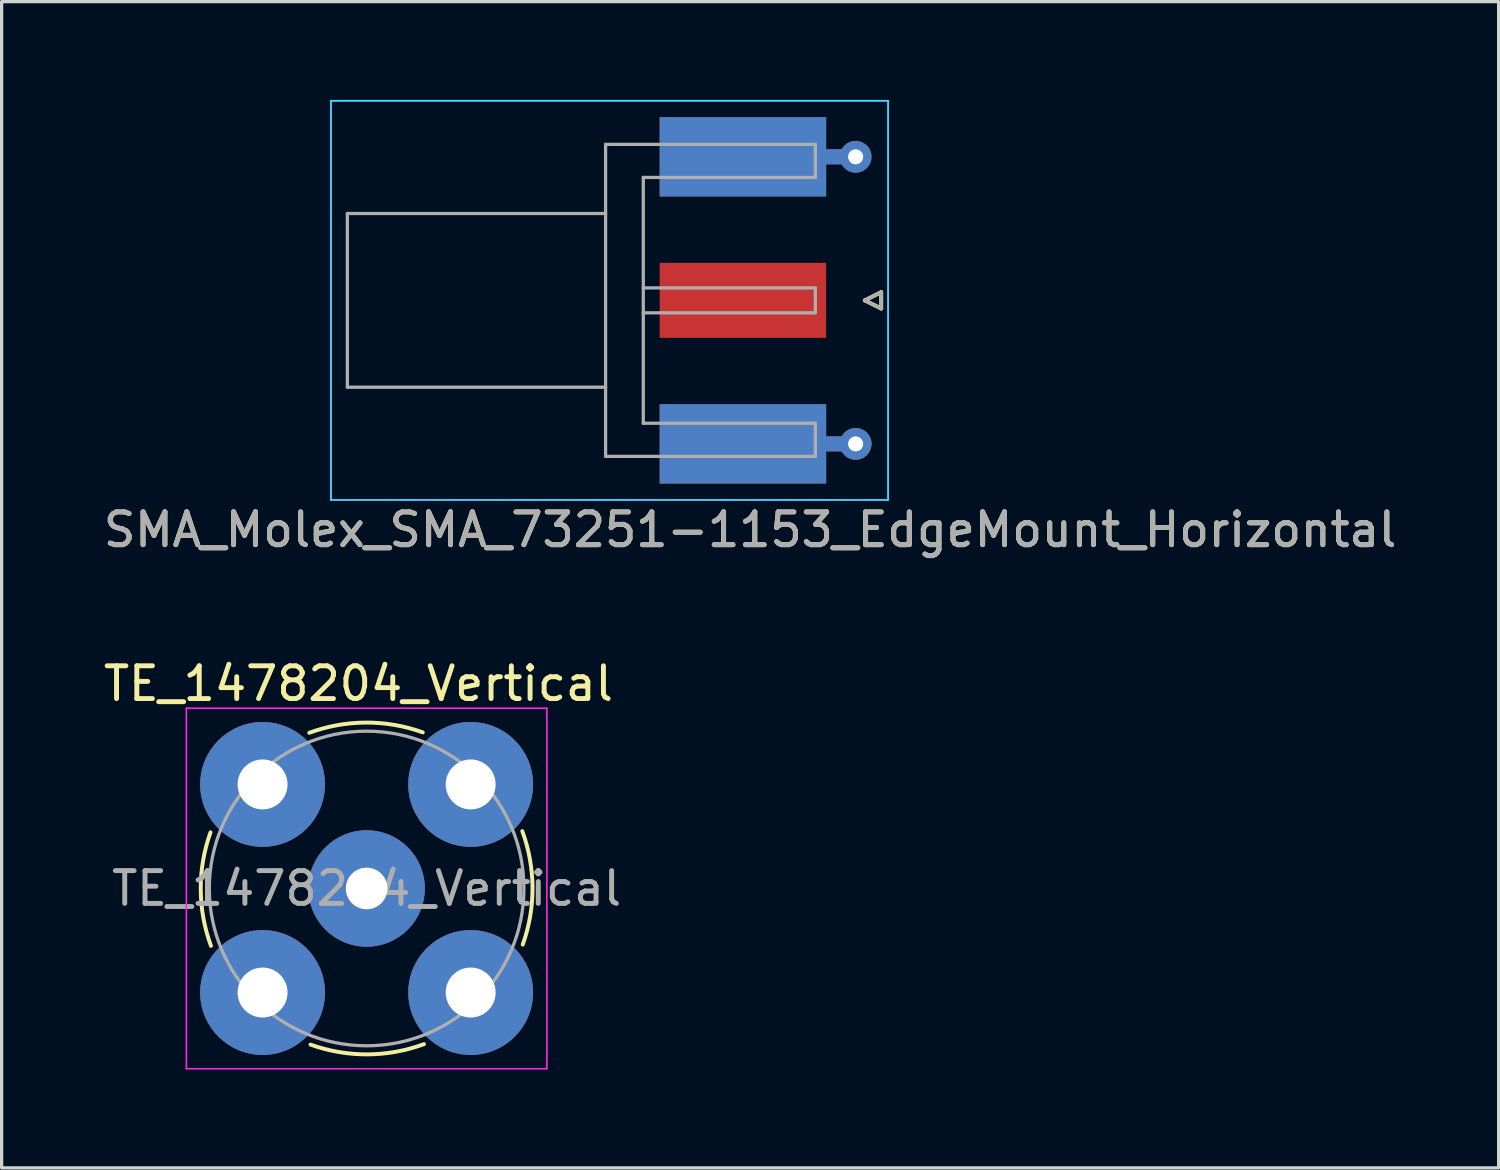
<source format=kicad_pcb>
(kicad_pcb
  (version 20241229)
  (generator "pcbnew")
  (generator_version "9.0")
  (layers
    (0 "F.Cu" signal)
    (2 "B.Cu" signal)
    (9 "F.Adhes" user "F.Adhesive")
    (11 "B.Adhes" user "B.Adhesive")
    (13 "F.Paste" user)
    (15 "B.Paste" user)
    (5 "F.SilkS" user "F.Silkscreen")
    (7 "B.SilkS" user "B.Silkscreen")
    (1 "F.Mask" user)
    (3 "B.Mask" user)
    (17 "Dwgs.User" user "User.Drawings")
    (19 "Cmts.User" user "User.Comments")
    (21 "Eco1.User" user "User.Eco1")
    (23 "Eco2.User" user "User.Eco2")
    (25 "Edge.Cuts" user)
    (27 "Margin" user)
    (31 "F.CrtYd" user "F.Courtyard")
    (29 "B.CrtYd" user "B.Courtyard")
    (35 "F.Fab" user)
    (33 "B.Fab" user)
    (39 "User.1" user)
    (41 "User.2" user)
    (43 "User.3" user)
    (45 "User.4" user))
  (footprint "TE_1478204_Vertical"
    (layer "F.Cu")
    (at 8.137 24.061)
    (property "Reference" "TE_1478204_Vertical" (at -0.25 -6.25 0) (layer "F.SilkS") (effects (font (size 1 1) (thickness 0.15))))
    (attr through_hole)
    (fp_arc (start -4.75 1.75) (mid -5.062075 0.019867) (end -4.763589 -1.712663) (stroke (width 0.12) (type solid)) (layer "F.SilkS"))
    (fp_arc (start -1.75 -4.75) (mid -0.019867 -5.062075) (end 1.712663 -4.763589) (stroke (width 0.12) (type solid)) (layer "F.SilkS"))
    (fp_arc (start 1.75 4.75) (mid 0.019867 5.062075) (end -1.712663 4.763589) (stroke (width 0.12) (type solid)) (layer "F.SilkS"))
    (fp_arc (start 4.75 -1.75) (mid 5.062075 -0.019867) (end 4.763589 1.712663) (stroke (width 0.12) (type solid)) (layer "F.SilkS"))
    (fp_line (start -5.5 -5.5) (end 5.5 -5.5) (stroke (width 0.05) (type solid)) (layer "F.CrtYd"))
    (fp_line (start -5.5 5.5) (end -5.5 -5.5) (stroke (width 0.05) (type solid)) (layer "F.CrtYd"))
    (fp_line (start 5.5 -5.5) (end 5.5 5.5) (stroke (width 0.05) (type solid)) (layer "F.CrtYd"))
    (fp_line (start 5.5 5.5) (end -5.5 5.5) (stroke (width 0.05) (type solid)) (layer "F.CrtYd"))
    (fp_circle (center 0 0) (end 4.8 0) (stroke (width 0.1) (type solid)) (fill no) (layer "F.Fab"))
    (fp_text user "${REFERENCE}" (at 0 0 0) (layer "F.Fab") (effects (font (size 1 1) (thickness 0.15))))
    (pad "1" thru_hole circle (at 0 0) (size 3.556 3.556) (drill 1.27) (layers "*.Cu" "*.Mask"))
    (pad "2" thru_hole circle (at -3.175 -3.175) (size 3.81 3.81) (drill 1.524) (layers "*.Cu" "*.Mask"))
    (pad "2" thru_hole circle (at -3.175 3.175) (size 3.81 3.81) (drill 1.524) (layers "*.Cu" "*.Mask"))
    (pad "2" thru_hole circle (at 3.175 -3.175) (size 3.81 3.81) (drill 1.524) (layers "*.Cu" "*.Mask"))
    (pad "2" thru_hole circle (at 3.175 3.175) (size 3.81 3.81) (drill 1.524) (layers "*.Cu" "*.Mask")))
  (footprint "SMA_Molex_SMA_73251-1153_EdgeMount_Horizontal"
    (layer "F.Cu")
    (at 21.339 6.115)
    (property "Reference" "SMA_Molex_SMA_73251-1153_EdgeMount_Horizontal" (at -1.5 7 0) (layer "F.SilkS") (effects (font (size 1 1) (thickness 0.15))))
    (attr smd)
    (fp_line (start 2 0) (end 2.5 -0.25) (stroke (width 0.12) (type solid)) (layer "F.SilkS"))
    (fp_line (start 2.5 -0.25) (end 2.5 0.25) (stroke (width 0.12) (type solid)) (layer "F.SilkS"))
    (fp_line (start 2.5 0.25) (end 2 0) (stroke (width 0.12) (type solid)) (layer "F.SilkS"))
    (fp_line (start -14.29 -6.09) (end -14.29 6.09) (stroke (width 0.05) (type solid)) (layer "B.CrtYd"))
    (fp_line (start -14.29 -6.09) (end 2.71 -6.09) (stroke (width 0.05) (type solid)) (layer "B.CrtYd"))
    (fp_line (start -14.29 6.09) (end 2.71 6.09) (stroke (width 0.05) (type solid)) (layer "B.CrtYd"))
    (fp_line (start 2.71 -6.09) (end 2.71 6.09) (stroke (width 0.05) (type solid)) (layer "B.CrtYd"))
    (fp_line (start -14.29 -6.09) (end -14.29 6.09) (stroke (width 0.05) (type solid)) (layer "F.CrtYd"))
    (fp_line (start -14.29 6.09) (end 2.71 6.09) (stroke (width 0.05) (type solid)) (layer "F.CrtYd"))
    (fp_line (start 2.71 -6.09) (end -14.29 -6.09) (stroke (width 0.05) (type solid)) (layer "F.CrtYd"))
    (fp_line (start 2.71 -6.09) (end 2.71 6.09) (stroke (width 0.05) (type solid)) (layer "F.CrtYd"))
    (fp_line (start -13.79 -2.65) (end -13.79 2.65) (stroke (width 0.1) (type solid)) (layer "F.Fab"))
    (fp_line (start -13.79 -2.65) (end -5.91 -2.65) (stroke (width 0.1) (type solid)) (layer "F.Fab"))
    (fp_line (start -13.79 2.65) (end -5.91 2.65) (stroke (width 0.1) (type solid)) (layer "F.Fab"))
    (fp_line (start -5.91 -4.76) (end -5.91 4.76) (stroke (width 0.1) (type solid)) (layer "F.Fab"))
    (fp_line (start -5.91 4.76) (end 0.49 4.76) (stroke (width 0.1) (type solid)) (layer "F.Fab"))
    (fp_line (start -4.76 -3.75) (end -4.76 3.75) (stroke (width 0.1) (type solid)) (layer "F.Fab"))
    (fp_line (start -4.76 -3.75) (end 0.49 -3.75) (stroke (width 0.1) (type solid)) (layer "F.Fab"))
    (fp_line (start -4.76 -0.38) (end 0.49 -0.38) (stroke (width 0.1) (type solid)) (layer "F.Fab"))
    (fp_line (start -4.76 0.38) (end 0.49 0.38) (stroke (width 0.1) (type solid)) (layer "F.Fab"))
    (fp_line (start -4.76 3.75) (end 0.49 3.75) (stroke (width 0.1) (type solid)) (layer "F.Fab"))
    (fp_line (start 0.49 -4.76) (end -5.91 -4.76) (stroke (width 0.1) (type solid)) (layer "F.Fab"))
    (fp_line (start 0.49 -4.76) (end 0.49 -3.75) (stroke (width 0.1) (type solid)) (layer "F.Fab"))
    (fp_line (start 0.49 -0.38) (end 0.49 0.38) (stroke (width 0.1) (type solid)) (layer "F.Fab"))
    (fp_line (start 0.49 3.75) (end 0.49 4.76) (stroke (width 0.1) (type solid)) (layer "F.Fab"))
    (fp_line (start 2 0) (end 2.5 0.25) (stroke (width 0.1) (type solid)) (layer "F.Fab"))
    (fp_line (start 2.5 -0.25) (end 2 0) (stroke (width 0.1) (type solid)) (layer "F.Fab"))
    (fp_line (start 2.5 0.25) (end 2.5 -0.25) (stroke (width 0.1) (type solid)) (layer "F.Fab"))
    (fp_text user "${REFERENCE}" (at -1.5 7 0) (layer "F.Fab") (effects (font (size 1 1) (thickness 0.15))))
    (pad "1" smd rect (at -1.72 0) (size 5.08 2.29) (layers "F.Cu" "F.Mask" "F.Paste"))
    (pad "2" smd rect (at -1.72 -4.38) (size 5.08 2.42) (layers "F.Cu" "F.Mask" "F.Paste"))
    (pad "2" smd rect (at -1.72 -4.38) (size 5.08 2.42) (layers "B.Cu" "B.Mask" "B.Paste"))
    (pad "2" smd rect (at -1.72 4.38) (size 5.08 2.42) (layers "F.Cu" "F.Mask" "F.Paste"))
    (pad "2" smd rect (at -1.72 4.38) (size 5.08 2.42) (layers "B.Cu" "B.Mask" "B.Paste"))
    (pad "2" smd rect (at 1.27 -4.38) (size 0.95 0.46) (layers "F.Cu"))
    (pad "2" smd rect (at 1.27 -4.38) (size 0.95 0.46) (layers "B.Cu"))
    (pad "2" smd rect (at 1.27 4.38) (size 0.95 0.46) (layers "F.Cu"))
    (pad "2" smd rect (at 1.27 4.38) (size 0.95 0.46) (layers "B.Cu"))
    (pad "2" thru_hole circle (at 1.72 -4.38) (size 0.97 0.97) (drill 0.46) (layers "*.Cu"))
    (pad "2" thru_hole circle (at 1.72 4.38) (size 0.97 0.97) (drill 0.46) (layers "*.Cu")))
  (gr_rect
    (start -3 -3)
    (end 42.679 32.587)
    (stroke (width 0.1) (type default))
    (fill no)
    (layer "Edge.Cuts")))
</source>
